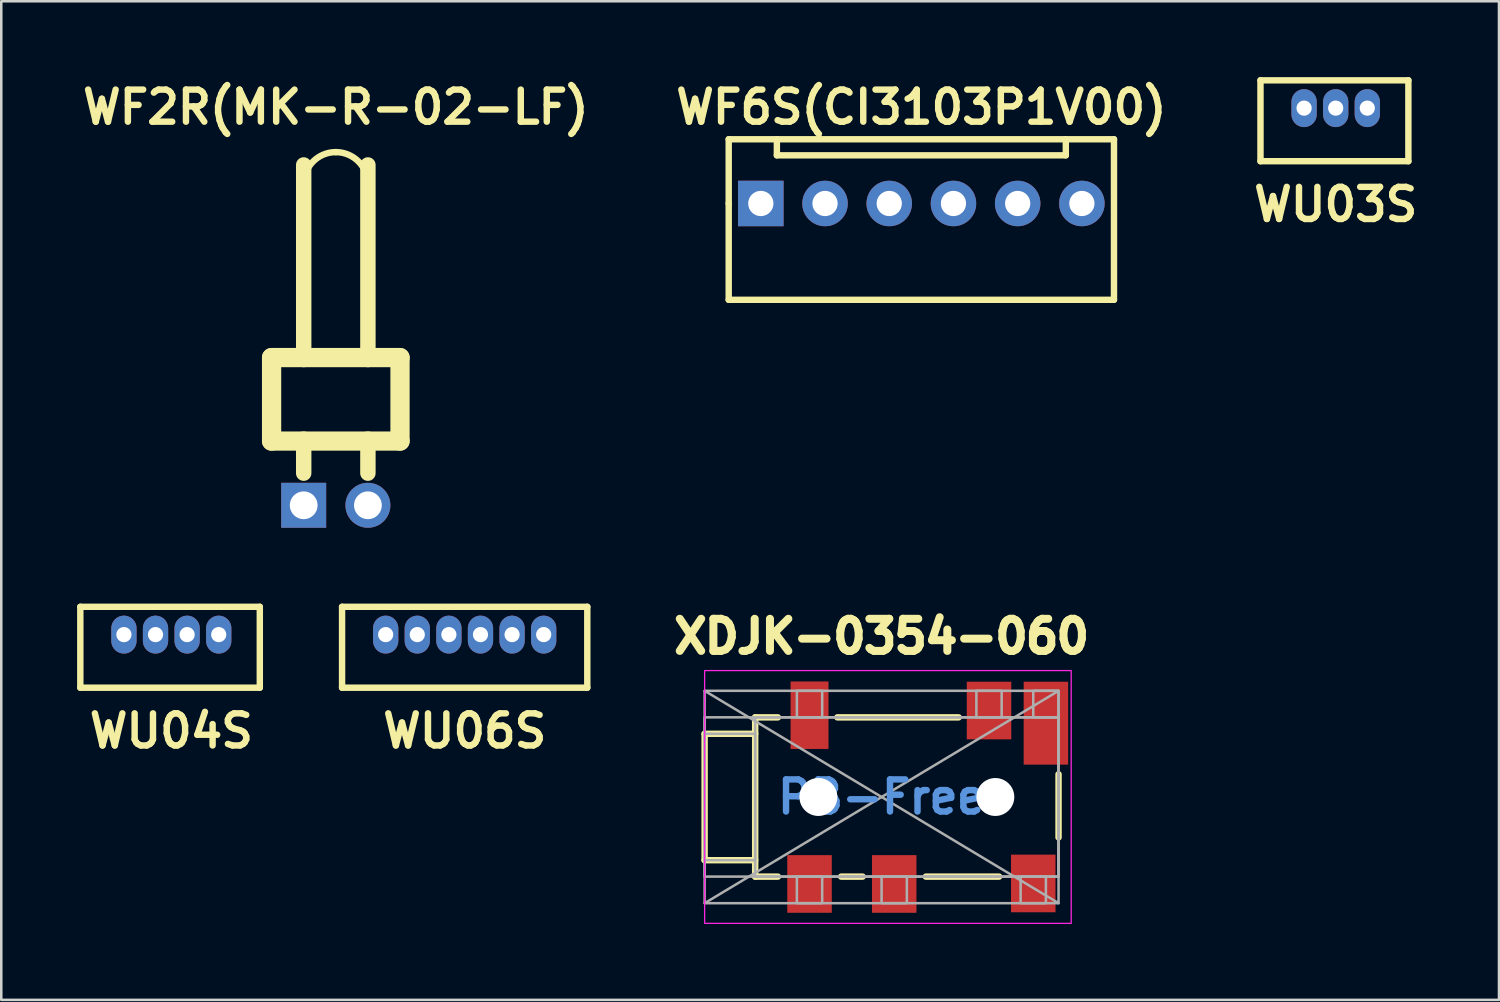
<source format=kicad_pcb>
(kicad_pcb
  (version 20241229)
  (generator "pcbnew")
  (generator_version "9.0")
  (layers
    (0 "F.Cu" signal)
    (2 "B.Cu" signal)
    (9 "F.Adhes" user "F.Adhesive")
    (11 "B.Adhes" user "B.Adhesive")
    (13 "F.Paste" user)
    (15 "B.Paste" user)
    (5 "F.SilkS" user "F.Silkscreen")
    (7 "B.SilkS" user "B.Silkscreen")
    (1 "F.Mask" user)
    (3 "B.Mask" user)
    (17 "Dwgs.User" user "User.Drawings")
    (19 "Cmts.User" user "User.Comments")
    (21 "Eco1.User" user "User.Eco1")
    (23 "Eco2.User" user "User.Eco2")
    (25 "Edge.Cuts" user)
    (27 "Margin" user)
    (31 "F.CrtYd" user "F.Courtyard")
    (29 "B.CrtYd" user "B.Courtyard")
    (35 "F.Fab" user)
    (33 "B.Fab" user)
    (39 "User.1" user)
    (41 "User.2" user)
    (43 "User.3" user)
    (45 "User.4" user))
  (footprint "WU03S"
    (layer "F.Cu")
    (at 49.785 1.227)
    (property "Reference" "WU03S" (at 0 3.81 0) (layer "F.SilkS") (effects (font (size 1.27 1.27) (thickness 0.254))))
    (attr through_hole)
    (fp_line (start -2.975 -1.1) (end 2.875 -1.1) (stroke (width 0.254) (type solid)) (layer "F.SilkS"))
    (fp_line (start -2.975 2.1) (end -2.975 -1.1) (stroke (width 0.254) (type solid)) (layer "F.SilkS"))
    (fp_line (start 2.875 -1.1) (end 2.875 2.1) (stroke (width 0.254) (type solid)) (layer "F.SilkS"))
    (fp_line (start 2.875 2.1) (end -2.975 2.1) (stroke (width 0.254) (type solid)) (layer "F.SilkS"))
    (pad "1" thru_hole oval (at -1.25 0) (size 1 1.5) (drill 0.6) (layers "*.Cu" "*.Mask"))
    (pad "2" thru_hole oval (at 0 0) (size 1 1.5) (drill 0.6) (layers "*.Cu" "*.Mask"))
    (pad "3" thru_hole oval (at 1.25 0) (size 1 1.5) (drill 0.6) (layers "*.Cu" "*.Mask")))
  (footprint "WU04S"
    (layer "F.Cu")
    (at 3.727 22.053)
    (property "Reference" "WU04S" (at 0 3.81 0) (layer "F.SilkS") (effects (font (size 1.27 1.27) (thickness 0.254))))
    (attr through_hole)
    (fp_line (start -3.6 -1.1) (end 3.5 -1.1) (stroke (width 0.254) (type solid)) (layer "F.SilkS"))
    (fp_line (start -3.6 2.1) (end -3.6 -1.1) (stroke (width 0.254) (type solid)) (layer "F.SilkS"))
    (fp_line (start 3.5 -1.1) (end 3.5 2.1) (stroke (width 0.254) (type solid)) (layer "F.SilkS"))
    (fp_line (start 3.5 2.1) (end -3.6 2.1) (stroke (width 0.254) (type solid)) (layer "F.SilkS"))
    (pad "1" thru_hole oval (at -1.875 0) (size 1 1.5) (drill 0.6) (layers "*.Cu" "*.Mask"))
    (pad "2" thru_hole oval (at -0.625 0) (size 1 1.5) (drill 0.6) (layers "*.Cu" "*.Mask"))
    (pad "3" thru_hole oval (at 0.625 0) (size 1 1.5) (drill 0.6) (layers "*.Cu" "*.Mask"))
    (pad "4" thru_hole oval (at 1.875 0) (size 1 1.5) (drill 0.6) (layers "*.Cu" "*.Mask")))
  (footprint "WF2R(MK-R-02-LF)"
    (layer "F.Cu")
    (at 10.233 13.127)
    (property "Reference" "WF2R(MK-R-02-LF)" (at 0 -11.938 0) (layer "F.SilkS") (effects (font (size 1.27 1.27) (thickness 0.254))))
    (attr through_hole)
    (fp_line (start -2.54 -2.032) (end -2.54 1.27) (stroke (width 0.762) (type solid)) (layer "F.SilkS"))
    (fp_line (start -2.54 1.27) (end -1.27 1.27) (stroke (width 0.762) (type solid)) (layer "F.SilkS"))
    (fp_line (start -1.27 -2.032) (end -2.54 -2.032) (stroke (width 0.762) (type solid)) (layer "F.SilkS"))
    (fp_line (start -1.27 -2.032) (end -1.27 -9.652) (stroke (width 0.61) (type solid)) (layer "F.SilkS"))
    (fp_line (start -1.27 -2.032) (end -1.27 -8.89) (stroke (width 0.254) (type solid)) (layer "F.SilkS"))
    (fp_line (start -1.27 1.27) (end -1.27 2.54) (stroke (width 0.61) (type solid)) (layer "F.SilkS"))
    (fp_line (start -1.27 1.27) (end 1.27 1.27) (stroke (width 0.762) (type solid)) (layer "F.SilkS"))
    (fp_line (start 1.27 -8.89) (end 1.27 -2.032) (stroke (width 0.254) (type solid)) (layer "F.SilkS"))
    (fp_line (start 1.27 -2.032) (end -1.27 -2.032) (stroke (width 0.762) (type solid)) (layer "F.SilkS"))
    (fp_line (start 1.27 -2.032) (end 1.27 -9.652) (stroke (width 0.61) (type solid)) (layer "F.SilkS"))
    (fp_line (start 1.27 1.27) (end 1.27 2.54) (stroke (width 0.61) (type solid)) (layer "F.SilkS"))
    (fp_line (start 1.27 1.27) (end 2.54 1.27) (stroke (width 0.762) (type solid)) (layer "F.SilkS"))
    (fp_line (start 2.54 -2.032) (end 1.27 -2.032) (stroke (width 0.762) (type solid)) (layer "F.SilkS"))
    (fp_line (start 2.54 1.27) (end 2.54 -2.032) (stroke (width 0.762) (type solid)) (layer "F.SilkS"))
    (fp_arc (start -1.27 -8.89) (mid -0.898026 -9.788026) (end 0 -10.16) (stroke (width 0.254) (type solid)) (layer "F.SilkS"))
    (fp_arc (start 0 -10.16) (mid 0.898026 -9.788026) (end 1.27 -8.89) (stroke (width 0.254) (type solid)) (layer "F.SilkS"))
    (pad "1" thru_hole rect (at -1.27 3.81) (size 1.778 1.778) (drill 1.1) (layers "*.Cu" "*.Mask"))
    (pad "2" thru_hole circle (at 1.27 3.81) (size 1.778 1.778) (drill 1.1) (layers "*.Cu" "*.Mask")))
  (footprint "WF6S(CI3103P1V00)"
    (layer "F.Cu")
    (at 33.395 4.999)
    (property "Reference" "WF6S(CI3103P1V00)" (at 0 -3.81 0) (layer "F.SilkS") (effects (font (size 1.27 1.27) (thickness 0.254))))
    (attr through_hole)
    (fp_line (start -7.62 -2.54) (end 7.62 -2.54) (stroke (width 0.254) (type solid)) (layer "F.SilkS"))
    (fp_line (start -7.62 0) (end -7.62 -2.54) (stroke (width 0.254) (type solid)) (layer "F.SilkS"))
    (fp_line (start -7.62 3.81) (end -7.62 0) (stroke (width 0.254) (type solid)) (layer "F.SilkS"))
    (fp_line (start -5.715 -2.54) (end -5.715 -1.905) (stroke (width 0.254) (type solid)) (layer "F.SilkS"))
    (fp_line (start -5.715 -1.905) (end 5.715 -1.905) (stroke (width 0.254) (type solid)) (layer "F.SilkS"))
    (fp_line (start 5.715 -1.905) (end 5.715 -2.54) (stroke (width 0.254) (type solid)) (layer "F.SilkS"))
    (fp_line (start 7.62 -2.54) (end 7.62 3.81) (stroke (width 0.254) (type solid)) (layer "F.SilkS"))
    (fp_line (start 7.62 3.81) (end -7.62 3.81) (stroke (width 0.254) (type solid)) (layer "F.SilkS"))
    (pad "1" thru_hole rect (at -6.35 0 90) (size 1.8 1.8) (drill 1) (layers "*.Cu" "*.Mask"))
    (pad "2" thru_hole circle (at -3.81 0 90) (size 1.8 1.8) (drill 1) (layers "*.Cu" "*.Mask"))
    (pad "3" thru_hole circle (at -1.27 0 90) (size 1.8 1.8) (drill 1) (layers "*.Cu" "*.Mask"))
    (pad "4" thru_hole circle (at 1.27 0 90) (size 1.8 1.8) (drill 1) (layers "*.Cu" "*.Mask"))
    (pad "5" thru_hole circle (at 3.81 0 90) (size 1.8 1.8) (drill 1) (layers "*.Cu" "*.Mask"))
    (pad "6" thru_hole circle (at 6.35 0) (size 1.8 1.8) (drill 1) (layers "*.Cu" "*.Mask")))
  (footprint "WU06S"
    (layer "F.Cu")
    (at 15.331 22.053)
    (property "Reference" "WU06S" (at 0 3.81 0) (layer "F.SilkS") (effects (font (size 1.27 1.27) (thickness 0.254))))
    (attr through_hole)
    (fp_line (start -4.85 -1.1) (end 4.85 -1.1) (stroke (width 0.254) (type solid)) (layer "F.SilkS"))
    (fp_line (start -4.85 2.1) (end -4.85 -1.1) (stroke (width 0.254) (type solid)) (layer "F.SilkS"))
    (fp_line (start 4.85 -1.1) (end 4.85 2.1) (stroke (width 0.254) (type solid)) (layer "F.SilkS"))
    (fp_line (start 4.85 2.1) (end -4.85 2.1) (stroke (width 0.254) (type solid)) (layer "F.SilkS"))
    (pad "1" thru_hole oval (at -3.125 0) (size 1 1.5) (drill 0.6) (layers "*.Cu" "*.Mask"))
    (pad "2" thru_hole oval (at -1.875 0) (size 1 1.5) (drill 0.6) (layers "*.Cu" "*.Mask"))
    (pad "3" thru_hole oval (at -0.625 0) (size 1 1.5) (drill 0.6) (layers "*.Cu" "*.Mask"))
    (pad "4" thru_hole oval (at 0.625 0) (size 1 1.5) (drill 0.6) (layers "*.Cu" "*.Mask"))
    (pad "5" thru_hole oval (at 1.875 0) (size 1 1.5) (drill 0.6) (layers "*.Cu" "*.Mask"))
    (pad "6" thru_hole oval (at 3.125 0) (size 1 1.5) (drill 0.6) (layers "*.Cu" "*.Mask")))
  (footprint "XDJK-0354-060"
    (layer "F.Cu")
    (at 31.822 28.476)
    (property "Reference" "XDJK-0354-060" (at 0 -6.35 0) (layer "F.SilkS") (effects (font (size 1.27 1.27) (thickness 0.318) (bold yes))))
    (attr smd)
    (fp_line (start -7 -2.5) (end -7 2.5) (stroke (width 0.254) (type solid)) (layer "F.SilkS"))
    (fp_line (start -7 2.5) (end -5 2.5) (stroke (width 0.254) (type solid)) (layer "F.SilkS"))
    (fp_line (start -5 -3.15) (end -5 3.15) (stroke (width 0.254) (type solid)) (layer "F.SilkS"))
    (fp_line (start -5 -3.15) (end -4.1 -3.15) (stroke (width 0.254) (type solid)) (layer "F.SilkS"))
    (fp_line (start -5 -2.5) (end -7 -2.5) (stroke (width 0.254) (type solid)) (layer "F.SilkS"))
    (fp_line (start -5 3.15) (end -4.1 3.15) (stroke (width 0.254) (type solid)) (layer "F.SilkS"))
    (fp_line (start -1.75 -3.15) (end 3.05 -3.15) (stroke (width 0.254) (type solid)) (layer "F.SilkS"))
    (fp_line (start -1.6 3.15) (end -0.75 3.15) (stroke (width 0.254) (type solid)) (layer "F.SilkS"))
    (fp_line (start 1.75 3.15) (end 4.65 3.15) (stroke (width 0.254) (type solid)) (layer "F.SilkS"))
    (fp_line (start 7 -0.9) (end 7 1.6) (stroke (width 0.254) (type solid)) (layer "F.SilkS"))
    (fp_rect (start -7 -5) (end 7.5 5) (stroke (width 0.05) (type default)) (fill no) (layer "F.CrtYd"))
    (fp_line (start -7 -4.2) (end 7 4.2) (stroke (width 0.1) (type default)) (layer "F.Fab"))
    (fp_line (start 7 -4.2) (end -7 4.2) (stroke (width 0.1) (type default)) (layer "F.Fab"))
    (fp_rect (start -7 -4.2) (end 7 4.2) (stroke (width 0.1) (type default)) (fill no) (layer "F.Fab"))
    (fp_rect (start -7 -3.15) (end 7 3.15) (stroke (width 0.1) (type default)) (fill no) (layer "F.Fab"))
    (fp_rect (start -5 -3.15) (end 7 3.15) (stroke (width 0.1) (type default)) (fill no) (layer "F.Fab"))
    (fp_rect (start -5 -2.5) (end -7 2.5) (stroke (width 0.1) (type default)) (fill no) (layer "F.Fab"))
    (fp_rect (start -3.35 -4.2) (end -2.35 -3.15) (stroke (width 0.1) (type solid)) (fill no) (layer "F.Fab"))
    (fp_rect (start -3.35 3.15) (end -2.35 4.2) (stroke (width 0.1) (type solid)) (fill no) (layer "F.Fab"))
    (fp_rect (start 0 3.15) (end 1 4.2) (stroke (width 0.1) (type solid)) (fill no) (layer "F.Fab"))
    (fp_rect (start 3.75 -4.2) (end 4.75 -3.15) (stroke (width 0.1) (type solid)) (fill no) (layer "F.Fab"))
    (fp_rect (start 5.5 3.15) (end 6.5 4.2) (stroke (width 0.1) (type solid)) (fill no) (layer "F.Fab"))
    (fp_rect (start 6 -4.2) (end 7 -3.15) (stroke (width 0.1) (type solid)) (fill no) (layer "F.Fab"))
    (fp_text user "PB-Free" (at 0 0 0) (layer "Cmts.User") (effects (font (size 1.27 1.27) (thickness 0.254))))
    (pad "" smd rect (at -2.85 -3.235) (size 2.1 3.07) (layers "F.Paste"))
    (pad "" smd rect (at -2.85 3.44) (size 2.36 2.68) (layers "F.Paste"))
    (pad "" np_thru_hole circle (at -2.5 0) (size 1.5 1.5) (drill 1.5) (layers "*.Cu" "*.Mask"))
    (pad "" smd rect (at 0.5 3.44) (size 2.16 2.68) (layers "F.Paste"))
    (pad "" smd rect (at 4.15 -3.42) (size 1.96 2.68) (layers "F.Paste"))
    (pad "" np_thru_hole circle (at 4.5 0) (size 1.5 1.5) (drill 1.5) (layers "*.Cu" "*.Mask"))
    (pad "" smd rect (at 6 3.42) (size 2.16 2.68) (layers "F.Paste"))
    (pad "" smd rect (at 6.6 -2.92) (size 1.96 3.68) (layers "F.Paste"))
    (pad "1" smd rect (at -2.85 3.44) (size 1.76 2.28) (layers "F.Cu" "F.Mask"))
    (pad "2" smd rect (at -2.85 -3.235) (size 1.5 2.67) (layers "F.Cu" "F.Mask"))
    (pad "3" smd rect (at 0.5 3.44) (size 1.76 2.28) (layers "F.Cu" "F.Mask"))
    (pad "4" smd rect (at 4.25 -3.42) (size 1.76 2.28) (layers "F.Cu" "F.Mask"))
    (pad "5" smd rect (at 6 3.42) (size 1.76 2.28) (layers "F.Cu" "F.Mask"))
    (pad "6" smd rect (at 6.5 -2.92) (size 1.76 3.28) (layers "F.Cu" "F.Mask"))
    (zone (net_name "") (layer "F.Cu") (hatch edge 0.5) (connect_pads) (min_thickness 0.25) (filled_areas_thickness no) (keepout (tracks not_allowed) (vias not_allowed) (pads not_allowed) (copperpour not_allowed) (footprints not_allowed)) (placement (enabled no)) (fill) (polygon (pts (xy 30.822 28.476) (xy 30.822 31.476) (xy 38.822 31.476) (xy 38.822 28.476)))))
  (gr_rect
    (start -3 -3)
    (end 56.244 36.501)
    (stroke (width 0.1) (type default))
    (fill no)
    (layer "Edge.Cuts")))
</source>
